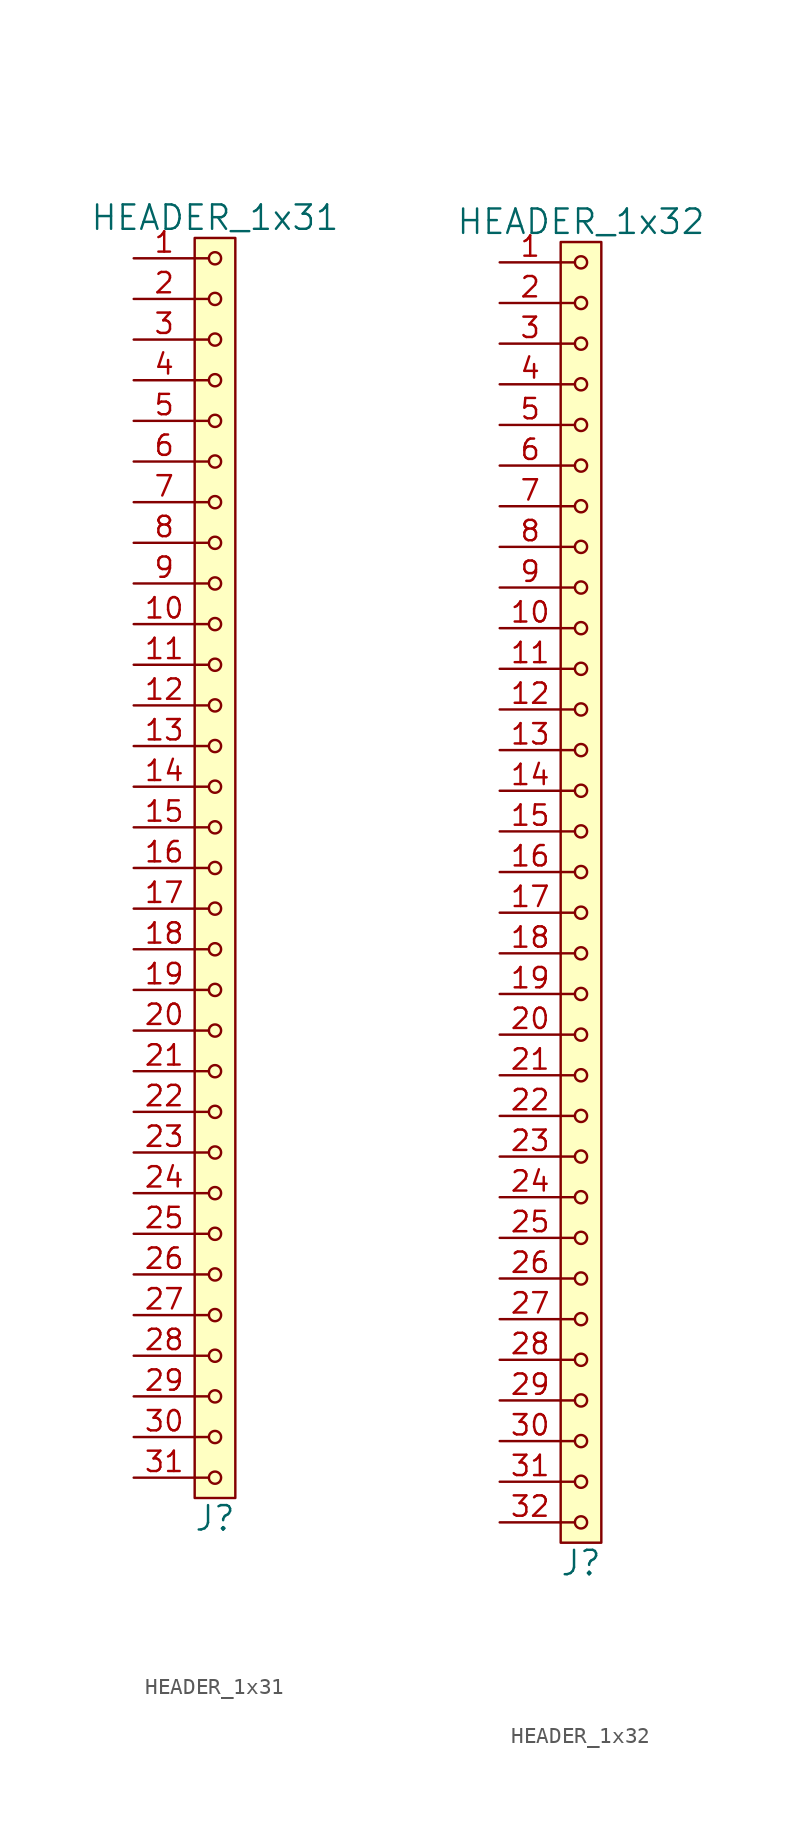
<source format=kicad_sym>
(kicad_symbol_lib
  (version 20211014)
  (generator kicad_symbol_editor)
  (symbol "HEADER_1x31"
    (pin_names
      (offset 1.016))
    (property "Reference" "J"
      (at 0 -40.64 0)
      (effects (font (size 1.524 1.524))))
    (property "Value" "HEADER_1x31"
      (at 0 40.64 0)
      (effects (font (size 1.524 1.524))))
    (property "Footprint" ""
      (at 0 38.1 0)
      (effects (font (size 1.524 1.524))))
    (property "Datasheet" ""
      (at 0 38.1 0)
      (effects (font (size 1.524 1.524))))
    (symbol "HEADER_1x31_0_1"
      (rectangle (start -1.27 39.37) (end 1.27 -39.37) (stroke (width 0) (type default) (color 0 0 0 0)) (fill (type background)))
      (circle (center 0 -38.1) (radius 0.381) (stroke (width 0) (type default) (color 0 0 0 0)) (fill (type none)))
      (circle (center 0 -35.56) (radius 0.381) (stroke (width 0) (type default) (color 0 0 0 0)) (fill (type none)))
      (circle (center 0 -33.02) (radius 0.381) (stroke (width 0) (type default) (color 0 0 0 0)) (fill (type none)))
      (circle (center 0 -30.48) (radius 0.381) (stroke (width 0) (type default) (color 0 0 0 0)) (fill (type none)))
      (circle (center 0 -27.94) (radius 0.381) (stroke (width 0) (type default) (color 0 0 0 0)) (fill (type none)))
      (circle (center 0 -25.4) (radius 0.381) (stroke (width 0) (type default) (color 0 0 0 0)) (fill (type none)))
      (circle (center 0 -22.86) (radius 0.381) (stroke (width 0) (type default) (color 0 0 0 0)) (fill (type none)))
      (circle (center 0 -20.32) (radius 0.381) (stroke (width 0) (type default) (color 0 0 0 0)) (fill (type none)))
      (circle (center 0 -17.78) (radius 0.381) (stroke (width 0) (type default) (color 0 0 0 0)) (fill (type none)))
      (circle (center 0 -15.24) (radius 0.381) (stroke (width 0) (type default) (color 0 0 0 0)) (fill (type none)))
      (circle (center 0 -12.7) (radius 0.381) (stroke (width 0) (type default) (color 0 0 0 0)) (fill (type none)))
      (circle (center 0 -10.16) (radius 0.381) (stroke (width 0) (type default) (color 0 0 0 0)) (fill (type none)))
      (circle (center 0 -7.62) (radius 0.381) (stroke (width 0) (type default) (color 0 0 0 0)) (fill (type none)))
      (circle (center 0 -5.08) (radius 0.381) (stroke (width 0) (type default) (color 0 0 0 0)) (fill (type none)))
      (circle (center 0 -2.54) (radius 0.381) (stroke (width 0) (type default) (color 0 0 0 0)) (fill (type none)))
      (polyline (pts (xy -1.27 -38.1) (xy -0.381 -38.1)) (stroke (width 0) (type default) (color 0 0 0 0)) (fill (type none)))
      (polyline (pts (xy -1.27 -35.56) (xy -0.381 -35.56)) (stroke (width 0) (type default) (color 0 0 0 0)) (fill (type none)))
      (polyline (pts (xy -1.27 -33.02) (xy -0.381 -33.02)) (stroke (width 0) (type default) (color 0 0 0 0)) (fill (type none)))
      (polyline (pts (xy -1.27 -30.48) (xy -0.381 -30.48)) (stroke (width 0) (type default) (color 0 0 0 0)) (fill (type none)))
      (polyline (pts (xy -1.27 -27.94) (xy -0.381 -27.94)) (stroke (width 0) (type default) (color 0 0 0 0)) (fill (type none)))
      (polyline (pts (xy -1.27 -25.4) (xy -0.381 -25.4)) (stroke (width 0) (type default) (color 0 0 0 0)) (fill (type none)))
      (polyline (pts (xy -1.27 -22.86) (xy -0.381 -22.86)) (stroke (width 0) (type default) (color 0 0 0 0)) (fill (type none)))
      (polyline (pts (xy -1.27 -20.32) (xy -0.381 -20.32)) (stroke (width 0) (type default) (color 0 0 0 0)) (fill (type none)))
      (polyline (pts (xy -1.27 -17.78) (xy -0.381 -17.78)) (stroke (width 0) (type default) (color 0 0 0 0)) (fill (type none)))
      (polyline (pts (xy -1.27 -15.24) (xy -0.381 -15.24)) (stroke (width 0) (type default) (color 0 0 0 0)) (fill (type none)))
      (polyline (pts (xy -1.27 -12.7) (xy -0.381 -12.7)) (stroke (width 0) (type default) (color 0 0 0 0)) (fill (type none)))
      (polyline (pts (xy -1.27 -10.16) (xy -0.381 -10.16)) (stroke (width 0) (type default) (color 0 0 0 0)) (fill (type none)))
      (polyline (pts (xy -1.27 -7.62) (xy -0.381 -7.62)) (stroke (width 0) (type default) (color 0 0 0 0)) (fill (type none)))
      (polyline (pts (xy -1.27 -5.08) (xy -0.381 -5.08)) (stroke (width 0) (type default) (color 0 0 0 0)) (fill (type none)))
      (polyline (pts (xy -1.27 -2.54) (xy -0.381 -2.54)) (stroke (width 0) (type default) (color 0 0 0 0)) (fill (type none)))
      (polyline (pts (xy -1.27 0) (xy -0.381 0)) (stroke (width 0) (type default) (color 0 0 0 0)) (fill (type none)))
      (polyline (pts (xy -1.27 2.54) (xy -0.381 2.54)) (stroke (width 0) (type default) (color 0 0 0 0)) (fill (type none)))
      (polyline (pts (xy -1.27 5.08) (xy -0.381 5.08)) (stroke (width 0) (type default) (color 0 0 0 0)) (fill (type none)))
      (polyline (pts (xy -1.27 7.62) (xy -0.381 7.62)) (stroke (width 0) (type default) (color 0 0 0 0)) (fill (type none)))
      (polyline (pts (xy -1.27 10.16) (xy -0.381 10.16)) (stroke (width 0) (type default) (color 0 0 0 0)) (fill (type none)))
      (polyline (pts (xy -1.27 12.7) (xy -0.381 12.7)) (stroke (width 0) (type default) (color 0 0 0 0)) (fill (type none)))
      (polyline (pts (xy -1.27 15.24) (xy -0.381 15.24)) (stroke (width 0) (type default) (color 0 0 0 0)) (fill (type none)))
      (polyline (pts (xy -1.27 17.78) (xy -0.381 17.78)) (stroke (width 0) (type default) (color 0 0 0 0)) (fill (type none)))
      (polyline (pts (xy -1.27 20.32) (xy -0.381 20.32)) (stroke (width 0) (type default) (color 0 0 0 0)) (fill (type none)))
      (polyline (pts (xy -1.27 22.86) (xy -0.381 22.86)) (stroke (width 0) (type default) (color 0 0 0 0)) (fill (type none)))
      (polyline (pts (xy -1.27 25.4) (xy -0.381 25.4)) (stroke (width 0) (type default) (color 0 0 0 0)) (fill (type none)))
      (polyline (pts (xy -1.27 27.94) (xy -0.381 27.94)) (stroke (width 0) (type default) (color 0 0 0 0)) (fill (type none)))
      (polyline (pts (xy -1.27 30.48) (xy -0.381 30.48)) (stroke (width 0) (type default) (color 0 0 0 0)) (fill (type none)))
      (polyline (pts (xy -1.27 33.02) (xy -0.381 33.02)) (stroke (width 0) (type default) (color 0 0 0 0)) (fill (type none)))
      (polyline (pts (xy -1.27 35.56) (xy -0.381 35.56)) (stroke (width 0) (type default) (color 0 0 0 0)) (fill (type none)))
      (polyline (pts (xy -1.27 38.1) (xy -0.381 38.1)) (stroke (width 0) (type default) (color 0 0 0 0)) (fill (type none)))
      (circle (center 0 0) (radius 0.381) (stroke (width 0) (type default) (color 0 0 0 0)) (fill (type none)))
      (circle (center 0 2.54) (radius 0.381) (stroke (width 0) (type default) (color 0 0 0 0)) (fill (type none)))
      (circle (center 0 5.08) (radius 0.381) (stroke (width 0) (type default) (color 0 0 0 0)) (fill (type none)))
      (circle (center 0 7.62) (radius 0.381) (stroke (width 0) (type default) (color 0 0 0 0)) (fill (type none)))
      (circle (center 0 10.16) (radius 0.381) (stroke (width 0) (type default) (color 0 0 0 0)) (fill (type none)))
      (circle (center 0 12.7) (radius 0.381) (stroke (width 0) (type default) (color 0 0 0 0)) (fill (type none)))
      (circle (center 0 15.24) (radius 0.381) (stroke (width 0) (type default) (color 0 0 0 0)) (fill (type none)))
      (circle (center 0 17.78) (radius 0.381) (stroke (width 0) (type default) (color 0 0 0 0)) (fill (type none)))
      (circle (center 0 20.32) (radius 0.381) (stroke (width 0) (type default) (color 0 0 0 0)) (fill (type none)))
      (circle (center 0 22.86) (radius 0.381) (stroke (width 0) (type default) (color 0 0 0 0)) (fill (type none)))
      (circle (center 0 25.4) (radius 0.381) (stroke (width 0) (type default) (color 0 0 0 0)) (fill (type none)))
      (circle (center 0 27.94) (radius 0.381) (stroke (width 0) (type default) (color 0 0 0 0)) (fill (type none)))
      (circle (center 0 30.48) (radius 0.381) (stroke (width 0) (type default) (color 0 0 0 0)) (fill (type none)))
      (circle (center 0 33.02) (radius 0.381) (stroke (width 0) (type default) (color 0 0 0 0)) (fill (type none)))
      (circle (center 0 35.56) (radius 0.381) (stroke (width 0) (type default) (color 0 0 0 0)) (fill (type none)))
      (circle (center 0 38.1) (radius 0.381) (stroke (width 0) (type default) (color 0 0 0 0)) (fill (type none))))
    (symbol "HEADER_1x31_1_1"
      (pin input line (at -5.08 38.1 0) (length 3.81) (name "~" (effects (font (size 1.27 1.27)))) (number "1" (effects (font (size 1.27 1.27)))))
      (pin input line (at -5.08 15.24 0) (length 3.81) (name "~" (effects (font (size 1.27 1.27)))) (number "10" (effects (font (size 1.27 1.27)))))
      (pin input line (at -5.08 12.7 0) (length 3.81) (name "~" (effects (font (size 1.27 1.27)))) (number "11" (effects (font (size 1.27 1.27)))))
      (pin input line (at -5.08 10.16 0) (length 3.81) (name "~" (effects (font (size 1.27 1.27)))) (number "12" (effects (font (size 1.27 1.27)))))
      (pin input line (at -5.08 7.62 0) (length 3.81) (name "~" (effects (font (size 1.27 1.27)))) (number "13" (effects (font (size 1.27 1.27)))))
      (pin input line (at -5.08 5.08 0) (length 3.81) (name "~" (effects (font (size 1.27 1.27)))) (number "14" (effects (font (size 1.27 1.27)))))
      (pin input line (at -5.08 2.54 0) (length 3.81) (name "~" (effects (font (size 1.27 1.27)))) (number "15" (effects (font (size 1.27 1.27)))))
      (pin input line (at -5.08 0 0) (length 3.81) (name "~" (effects (font (size 1.27 1.27)))) (number "16" (effects (font (size 1.27 1.27)))))
      (pin input line (at -5.08 -2.54 0) (length 3.81) (name "~" (effects (font (size 1.27 1.27)))) (number "17" (effects (font (size 1.27 1.27)))))
      (pin input line (at -5.08 -5.08 0) (length 3.81) (name "~" (effects (font (size 1.27 1.27)))) (number "18" (effects (font (size 1.27 1.27)))))
      (pin input line (at -5.08 -7.62 0) (length 3.81) (name "~" (effects (font (size 1.27 1.27)))) (number "19" (effects (font (size 1.27 1.27)))))
      (pin input line (at -5.08 35.56 0) (length 3.81) (name "~" (effects (font (size 1.27 1.27)))) (number "2" (effects (font (size 1.27 1.27)))))
      (pin input line (at -5.08 -10.16 0) (length 3.81) (name "~" (effects (font (size 1.27 1.27)))) (number "20" (effects (font (size 1.27 1.27)))))
      (pin input line (at -5.08 -12.7 0) (length 3.81) (name "~" (effects (font (size 1.27 1.27)))) (number "21" (effects (font (size 1.27 1.27)))))
      (pin input line (at -5.08 -15.24 0) (length 3.81) (name "~" (effects (font (size 1.27 1.27)))) (number "22" (effects (font (size 1.27 1.27)))))
      (pin input line (at -5.08 -17.78 0) (length 3.81) (name "~" (effects (font (size 1.27 1.27)))) (number "23" (effects (font (size 1.27 1.27)))))
      (pin input line (at -5.08 -20.32 0) (length 3.81) (name "~" (effects (font (size 1.27 1.27)))) (number "24" (effects (font (size 1.27 1.27)))))
      (pin input line (at -5.08 -22.86 0) (length 3.81) (name "~" (effects (font (size 1.27 1.27)))) (number "25" (effects (font (size 1.27 1.27)))))
      (pin input line (at -5.08 -25.4 0) (length 3.81) (name "~" (effects (font (size 1.27 1.27)))) (number "26" (effects (font (size 1.27 1.27)))))
      (pin input line (at -5.08 -27.94 0) (length 3.81) (name "~" (effects (font (size 1.27 1.27)))) (number "27" (effects (font (size 1.27 1.27)))))
      (pin input line (at -5.08 -30.48 0) (length 3.81) (name "~" (effects (font (size 1.27 1.27)))) (number "28" (effects (font (size 1.27 1.27)))))
      (pin input line (at -5.08 -33.02 0) (length 3.81) (name "~" (effects (font (size 1.27 1.27)))) (number "29" (effects (font (size 1.27 1.27)))))
      (pin input line (at -5.08 33.02 0) (length 3.81) (name "~" (effects (font (size 1.27 1.27)))) (number "3" (effects (font (size 1.27 1.27)))))
      (pin input line (at -5.08 -35.56 0) (length 3.81) (name "~" (effects (font (size 1.27 1.27)))) (number "30" (effects (font (size 1.27 1.27)))))
      (pin input line (at -5.08 -38.1 0) (length 3.81) (name "~" (effects (font (size 1.27 1.27)))) (number "31" (effects (font (size 1.27 1.27)))))
      (pin input line (at -5.08 30.48 0) (length 3.81) (name "~" (effects (font (size 1.27 1.27)))) (number "4" (effects (font (size 1.27 1.27)))))
      (pin input line (at -5.08 27.94 0) (length 3.81) (name "~" (effects (font (size 1.27 1.27)))) (number "5" (effects (font (size 1.27 1.27)))))
      (pin input line (at -5.08 25.4 0) (length 3.81) (name "~" (effects (font (size 1.27 1.27)))) (number "6" (effects (font (size 1.27 1.27)))))
      (pin input line (at -5.08 22.86 0) (length 3.81) (name "~" (effects (font (size 1.27 1.27)))) (number "7" (effects (font (size 1.27 1.27)))))
      (pin input line (at -5.08 20.32 0) (length 3.81) (name "~" (effects (font (size 1.27 1.27)))) (number "8" (effects (font (size 1.27 1.27)))))
      (pin input line (at -5.08 17.78 0) (length 3.81) (name "~" (effects (font (size 1.27 1.27)))) (number "9" (effects (font (size 1.27 1.27)))))))
  (symbol "HEADER_1x32"
    (pin_names
      (offset 1.016))
    (property "Reference" "J"
      (at 0 -41.91 0)
      (effects (font (size 1.524 1.524))))
    (property "Value" "HEADER_1x32"
      (at 0 41.91 0)
      (effects (font (size 1.524 1.524))))
    (property "Footprint" ""
      (at 0 39.37 0)
      (effects (font (size 1.524 1.524))))
    (property "Datasheet" ""
      (at 0 39.37 0)
      (effects (font (size 1.524 1.524))))
    (symbol "HEADER_1x32_0_1"
      (rectangle (start -1.27 40.64) (end 1.27 -40.64) (stroke (width 0) (type default) (color 0 0 0 0)) (fill (type background)))
      (circle (center 0 -39.37) (radius 0.381) (stroke (width 0) (type default) (color 0 0 0 0)) (fill (type none)))
      (circle (center 0 -36.83) (radius 0.381) (stroke (width 0) (type default) (color 0 0 0 0)) (fill (type none)))
      (circle (center 0 -34.29) (radius 0.381) (stroke (width 0) (type default) (color 0 0 0 0)) (fill (type none)))
      (circle (center 0 -31.75) (radius 0.381) (stroke (width 0) (type default) (color 0 0 0 0)) (fill (type none)))
      (circle (center 0 -29.21) (radius 0.381) (stroke (width 0) (type default) (color 0 0 0 0)) (fill (type none)))
      (circle (center 0 -26.67) (radius 0.381) (stroke (width 0) (type default) (color 0 0 0 0)) (fill (type none)))
      (circle (center 0 -24.13) (radius 0.381) (stroke (width 0) (type default) (color 0 0 0 0)) (fill (type none)))
      (circle (center 0 -21.59) (radius 0.381) (stroke (width 0) (type default) (color 0 0 0 0)) (fill (type none)))
      (circle (center 0 -19.05) (radius 0.381) (stroke (width 0) (type default) (color 0 0 0 0)) (fill (type none)))
      (circle (center 0 -16.51) (radius 0.381) (stroke (width 0) (type default) (color 0 0 0 0)) (fill (type none)))
      (circle (center 0 -13.97) (radius 0.381) (stroke (width 0) (type default) (color 0 0 0 0)) (fill (type none)))
      (circle (center 0 -11.43) (radius 0.381) (stroke (width 0) (type default) (color 0 0 0 0)) (fill (type none)))
      (circle (center 0 -8.89) (radius 0.381) (stroke (width 0) (type default) (color 0 0 0 0)) (fill (type none)))
      (circle (center 0 -6.35) (radius 0.381) (stroke (width 0) (type default) (color 0 0 0 0)) (fill (type none)))
      (circle (center 0 -3.81) (radius 0.381) (stroke (width 0) (type default) (color 0 0 0 0)) (fill (type none)))
      (circle (center 0 -1.27) (radius 0.381) (stroke (width 0) (type default) (color 0 0 0 0)) (fill (type none)))
      (polyline (pts (xy -1.27 -39.37) (xy -0.381 -39.37)) (stroke (width 0) (type default) (color 0 0 0 0)) (fill (type none)))
      (polyline (pts (xy -1.27 -36.83) (xy -0.381 -36.83)) (stroke (width 0) (type default) (color 0 0 0 0)) (fill (type none)))
      (polyline (pts (xy -1.27 -34.29) (xy -0.381 -34.29)) (stroke (width 0) (type default) (color 0 0 0 0)) (fill (type none)))
      (polyline (pts (xy -1.27 -31.75) (xy -0.381 -31.75)) (stroke (width 0) (type default) (color 0 0 0 0)) (fill (type none)))
      (polyline (pts (xy -1.27 -29.21) (xy -0.381 -29.21)) (stroke (width 0) (type default) (color 0 0 0 0)) (fill (type none)))
      (polyline (pts (xy -1.27 -26.67) (xy -0.381 -26.67)) (stroke (width 0) (type default) (color 0 0 0 0)) (fill (type none)))
      (polyline (pts (xy -1.27 -24.13) (xy -0.381 -24.13)) (stroke (width 0) (type default) (color 0 0 0 0)) (fill (type none)))
      (polyline (pts (xy -1.27 -21.59) (xy -0.381 -21.59)) (stroke (width 0) (type default) (color 0 0 0 0)) (fill (type none)))
      (polyline (pts (xy -1.27 -19.05) (xy -0.381 -19.05)) (stroke (width 0) (type default) (color 0 0 0 0)) (fill (type none)))
      (polyline (pts (xy -1.27 -16.51) (xy -0.381 -16.51)) (stroke (width 0) (type default) (color 0 0 0 0)) (fill (type none)))
      (polyline (pts (xy -1.27 -13.97) (xy -0.381 -13.97)) (stroke (width 0) (type default) (color 0 0 0 0)) (fill (type none)))
      (polyline (pts (xy -1.27 -11.43) (xy -0.381 -11.43)) (stroke (width 0) (type default) (color 0 0 0 0)) (fill (type none)))
      (polyline (pts (xy -1.27 -8.89) (xy -0.381 -8.89)) (stroke (width 0) (type default) (color 0 0 0 0)) (fill (type none)))
      (polyline (pts (xy -1.27 -6.35) (xy -0.381 -6.35)) (stroke (width 0) (type default) (color 0 0 0 0)) (fill (type none)))
      (polyline (pts (xy -1.27 -3.81) (xy -0.381 -3.81)) (stroke (width 0) (type default) (color 0 0 0 0)) (fill (type none)))
      (polyline (pts (xy -1.27 -1.27) (xy -0.381 -1.27)) (stroke (width 0) (type default) (color 0 0 0 0)) (fill (type none)))
      (polyline (pts (xy -1.27 1.27) (xy -0.381 1.27)) (stroke (width 0) (type default) (color 0 0 0 0)) (fill (type none)))
      (polyline (pts (xy -1.27 3.81) (xy -0.381 3.81)) (stroke (width 0) (type default) (color 0 0 0 0)) (fill (type none)))
      (polyline (pts (xy -1.27 6.35) (xy -0.381 6.35)) (stroke (width 0) (type default) (color 0 0 0 0)) (fill (type none)))
      (polyline (pts (xy -1.27 8.89) (xy -0.381 8.89)) (stroke (width 0) (type default) (color 0 0 0 0)) (fill (type none)))
      (polyline (pts (xy -1.27 11.43) (xy -0.381 11.43)) (stroke (width 0) (type default) (color 0 0 0 0)) (fill (type none)))
      (polyline (pts (xy -1.27 13.97) (xy -0.381 13.97)) (stroke (width 0) (type default) (color 0 0 0 0)) (fill (type none)))
      (polyline (pts (xy -1.27 16.51) (xy -0.381 16.51)) (stroke (width 0) (type default) (color 0 0 0 0)) (fill (type none)))
      (polyline (pts (xy -1.27 19.05) (xy -0.381 19.05)) (stroke (width 0) (type default) (color 0 0 0 0)) (fill (type none)))
      (polyline (pts (xy -1.27 21.59) (xy -0.381 21.59)) (stroke (width 0) (type default) (color 0 0 0 0)) (fill (type none)))
      (polyline (pts (xy -1.27 24.13) (xy -0.381 24.13)) (stroke (width 0) (type default) (color 0 0 0 0)) (fill (type none)))
      (polyline (pts (xy -1.27 26.67) (xy -0.381 26.67)) (stroke (width 0) (type default) (color 0 0 0 0)) (fill (type none)))
      (polyline (pts (xy -1.27 29.21) (xy -0.381 29.21)) (stroke (width 0) (type default) (color 0 0 0 0)) (fill (type none)))
      (polyline (pts (xy -1.27 31.75) (xy -0.381 31.75)) (stroke (width 0) (type default) (color 0 0 0 0)) (fill (type none)))
      (polyline (pts (xy -1.27 34.29) (xy -0.381 34.29)) (stroke (width 0) (type default) (color 0 0 0 0)) (fill (type none)))
      (polyline (pts (xy -1.27 36.83) (xy -0.381 36.83)) (stroke (width 0) (type default) (color 0 0 0 0)) (fill (type none)))
      (polyline (pts (xy -1.27 39.37) (xy -0.381 39.37)) (stroke (width 0) (type default) (color 0 0 0 0)) (fill (type none)))
      (circle (center 0 1.27) (radius 0.381) (stroke (width 0) (type default) (color 0 0 0 0)) (fill (type none)))
      (circle (center 0 3.81) (radius 0.381) (stroke (width 0) (type default) (color 0 0 0 0)) (fill (type none)))
      (circle (center 0 6.35) (radius 0.381) (stroke (width 0) (type default) (color 0 0 0 0)) (fill (type none)))
      (circle (center 0 8.89) (radius 0.381) (stroke (width 0) (type default) (color 0 0 0 0)) (fill (type none)))
      (circle (center 0 11.43) (radius 0.381) (stroke (width 0) (type default) (color 0 0 0 0)) (fill (type none)))
      (circle (center 0 13.97) (radius 0.381) (stroke (width 0) (type default) (color 0 0 0 0)) (fill (type none)))
      (circle (center 0 16.51) (radius 0.381) (stroke (width 0) (type default) (color 0 0 0 0)) (fill (type none)))
      (circle (center 0 19.05) (radius 0.381) (stroke (width 0) (type default) (color 0 0 0 0)) (fill (type none)))
      (circle (center 0 21.59) (radius 0.381) (stroke (width 0) (type default) (color 0 0 0 0)) (fill (type none)))
      (circle (center 0 24.13) (radius 0.381) (stroke (width 0) (type default) (color 0 0 0 0)) (fill (type none)))
      (circle (center 0 26.67) (radius 0.381) (stroke (width 0) (type default) (color 0 0 0 0)) (fill (type none)))
      (circle (center 0 29.21) (radius 0.381) (stroke (width 0) (type default) (color 0 0 0 0)) (fill (type none)))
      (circle (center 0 31.75) (radius 0.381) (stroke (width 0) (type default) (color 0 0 0 0)) (fill (type none)))
      (circle (center 0 34.29) (radius 0.381) (stroke (width 0) (type default) (color 0 0 0 0)) (fill (type none)))
      (circle (center 0 36.83) (radius 0.381) (stroke (width 0) (type default) (color 0 0 0 0)) (fill (type none)))
      (circle (center 0 39.37) (radius 0.381) (stroke (width 0) (type default) (color 0 0 0 0)) (fill (type none))))
    (symbol "HEADER_1x32_1_1"
      (pin input line (at -5.08 39.37 0) (length 3.81) (name "~" (effects (font (size 1.27 1.27)))) (number "1" (effects (font (size 1.27 1.27)))))
      (pin input line (at -5.08 16.51 0) (length 3.81) (name "~" (effects (font (size 1.27 1.27)))) (number "10" (effects (font (size 1.27 1.27)))))
      (pin input line (at -5.08 13.97 0) (length 3.81) (name "~" (effects (font (size 1.27 1.27)))) (number "11" (effects (font (size 1.27 1.27)))))
      (pin input line (at -5.08 11.43 0) (length 3.81) (name "~" (effects (font (size 1.27 1.27)))) (number "12" (effects (font (size 1.27 1.27)))))
      (pin input line (at -5.08 8.89 0) (length 3.81) (name "~" (effects (font (size 1.27 1.27)))) (number "13" (effects (font (size 1.27 1.27)))))
      (pin input line (at -5.08 6.35 0) (length 3.81) (name "~" (effects (font (size 1.27 1.27)))) (number "14" (effects (font (size 1.27 1.27)))))
      (pin input line (at -5.08 3.81 0) (length 3.81) (name "~" (effects (font (size 1.27 1.27)))) (number "15" (effects (font (size 1.27 1.27)))))
      (pin input line (at -5.08 1.27 0) (length 3.81) (name "~" (effects (font (size 1.27 1.27)))) (number "16" (effects (font (size 1.27 1.27)))))
      (pin input line (at -5.08 -1.27 0) (length 3.81) (name "~" (effects (font (size 1.27 1.27)))) (number "17" (effects (font (size 1.27 1.27)))))
      (pin input line (at -5.08 -3.81 0) (length 3.81) (name "~" (effects (font (size 1.27 1.27)))) (number "18" (effects (font (size 1.27 1.27)))))
      (pin input line (at -5.08 -6.35 0) (length 3.81) (name "~" (effects (font (size 1.27 1.27)))) (number "19" (effects (font (size 1.27 1.27)))))
      (pin input line (at -5.08 36.83 0) (length 3.81) (name "~" (effects (font (size 1.27 1.27)))) (number "2" (effects (font (size 1.27 1.27)))))
      (pin input line (at -5.08 -8.89 0) (length 3.81) (name "~" (effects (font (size 1.27 1.27)))) (number "20" (effects (font (size 1.27 1.27)))))
      (pin input line (at -5.08 -11.43 0) (length 3.81) (name "~" (effects (font (size 1.27 1.27)))) (number "21" (effects (font (size 1.27 1.27)))))
      (pin input line (at -5.08 -13.97 0) (length 3.81) (name "~" (effects (font (size 1.27 1.27)))) (number "22" (effects (font (size 1.27 1.27)))))
      (pin input line (at -5.08 -16.51 0) (length 3.81) (name "~" (effects (font (size 1.27 1.27)))) (number "23" (effects (font (size 1.27 1.27)))))
      (pin input line (at -5.08 -19.05 0) (length 3.81) (name "~" (effects (font (size 1.27 1.27)))) (number "24" (effects (font (size 1.27 1.27)))))
      (pin input line (at -5.08 -21.59 0) (length 3.81) (name "~" (effects (font (size 1.27 1.27)))) (number "25" (effects (font (size 1.27 1.27)))))
      (pin input line (at -5.08 -24.13 0) (length 3.81) (name "~" (effects (font (size 1.27 1.27)))) (number "26" (effects (font (size 1.27 1.27)))))
      (pin input line (at -5.08 -26.67 0) (length 3.81) (name "~" (effects (font (size 1.27 1.27)))) (number "27" (effects (font (size 1.27 1.27)))))
      (pin input line (at -5.08 -29.21 0) (length 3.81) (name "~" (effects (font (size 1.27 1.27)))) (number "28" (effects (font (size 1.27 1.27)))))
      (pin input line (at -5.08 -31.75 0) (length 3.81) (name "~" (effects (font (size 1.27 1.27)))) (number "29" (effects (font (size 1.27 1.27)))))
      (pin input line (at -5.08 34.29 0) (length 3.81) (name "~" (effects (font (size 1.27 1.27)))) (number "3" (effects (font (size 1.27 1.27)))))
      (pin input line (at -5.08 -34.29 0) (length 3.81) (name "~" (effects (font (size 1.27 1.27)))) (number "30" (effects (font (size 1.27 1.27)))))
      (pin input line (at -5.08 -36.83 0) (length 3.81) (name "~" (effects (font (size 1.27 1.27)))) (number "31" (effects (font (size 1.27 1.27)))))
      (pin input line (at -5.08 -39.37 0) (length 3.81) (name "~" (effects (font (size 1.27 1.27)))) (number "32" (effects (font (size 1.27 1.27)))))
      (pin input line (at -5.08 31.75 0) (length 3.81) (name "~" (effects (font (size 1.27 1.27)))) (number "4" (effects (font (size 1.27 1.27)))))
      (pin input line (at -5.08 29.21 0) (length 3.81) (name "~" (effects (font (size 1.27 1.27)))) (number "5" (effects (font (size 1.27 1.27)))))
      (pin input line (at -5.08 26.67 0) (length 3.81) (name "~" (effects (font (size 1.27 1.27)))) (number "6" (effects (font (size 1.27 1.27)))))
      (pin input line (at -5.08 24.13 0) (length 3.81) (name "~" (effects (font (size 1.27 1.27)))) (number "7" (effects (font (size 1.27 1.27)))))
      (pin input line (at -5.08 21.59 0) (length 3.81) (name "~" (effects (font (size 1.27 1.27)))) (number "8" (effects (font (size 1.27 1.27)))))
      (pin input line (at -5.08 19.05 0) (length 3.81) (name "~" (effects (font (size 1.27 1.27)))) (number "9" (effects (font (size 1.27 1.27))))))))
</source>
